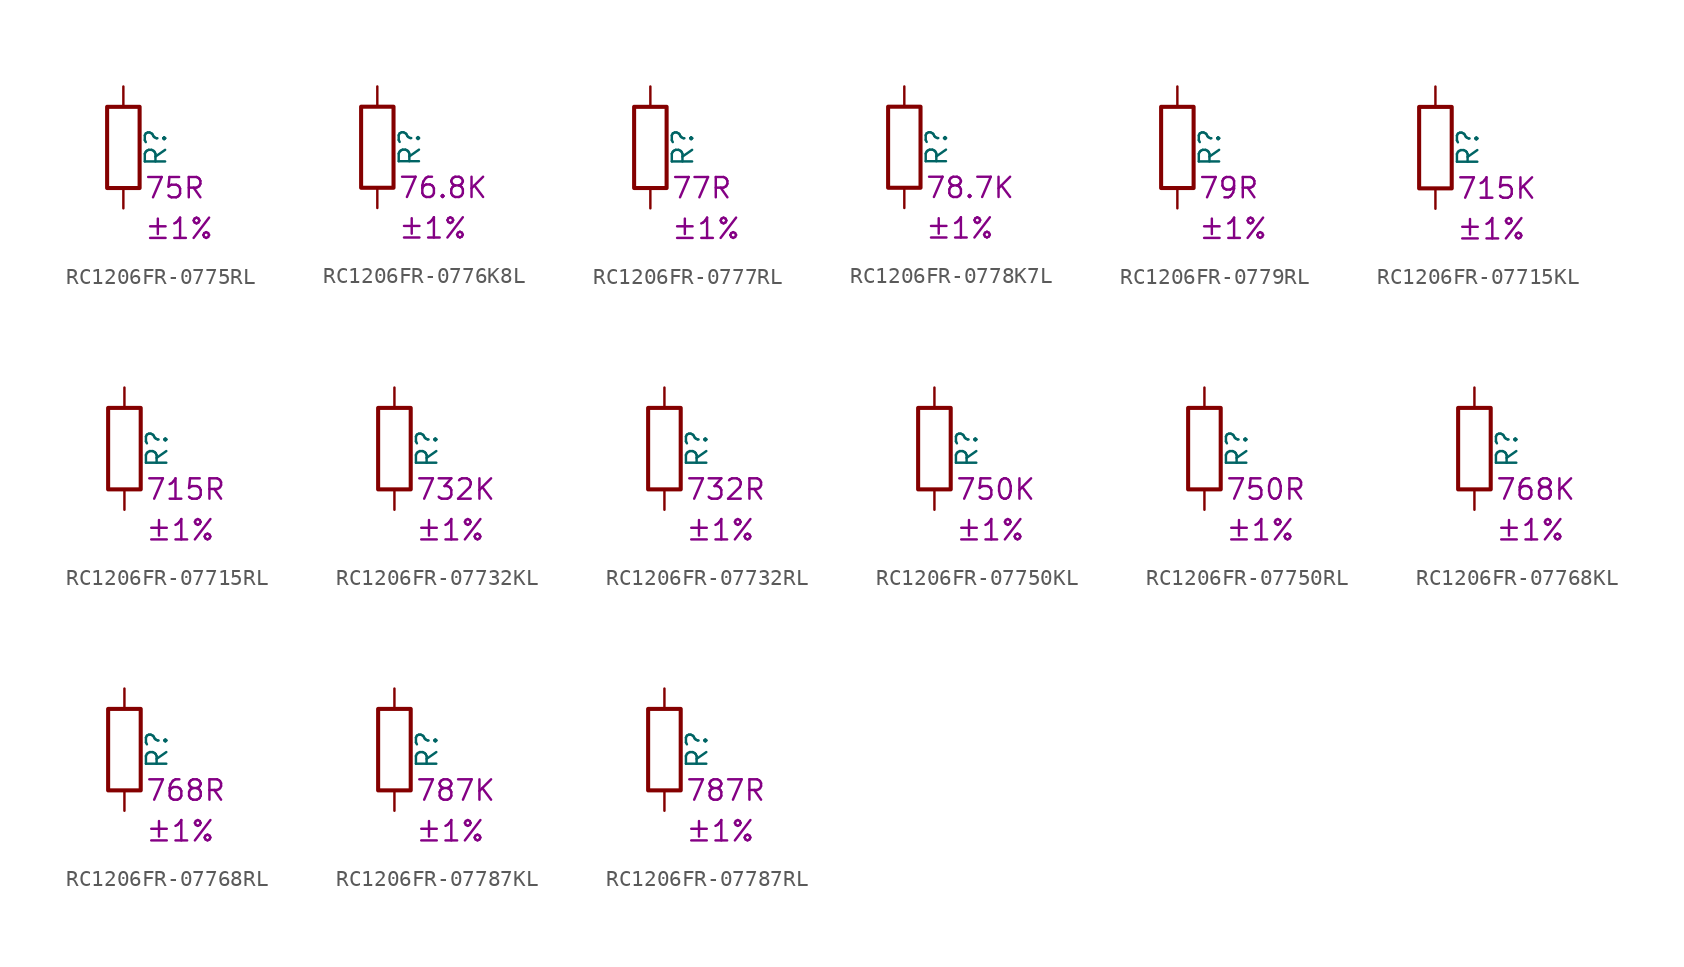
<source format=kicad_sym>
(kicad_symbol_lib
  (version 20220914)
  (generator kicad_symbol_editor)
  (symbol "RC1206FR-0775RL"
    (pin_numbers hide)
    (pin_names
      (offset 0))
    (property "Reference" "R"
      (at 2.032 0 90)
      (effects (font (size 1.27 1.27))))
    (property "Resistance" "75R"
      (at 1.27 -2.54 0)
      (effects (font (size 1.27 1.27)) (justify left)))
    (property "Tolerance" "±1%"
      (at 1.27 -5.08 0)
      (effects (font (size 1.27 1.27)) (justify left)))
    (symbol "RC1206FR-0775RL_0_1"
      (rectangle (start -1.016 -2.54) (end 1.016 2.54) (stroke (width 0.254) (type default)) (fill (type none))))
    (symbol "RC1206FR-0775RL_1_1"
      (pin passive line (at 0 3.81 270) (length 1.27) (name "~" (effects (font (size 1.27 1.27)))) (number "1" (effects (font (size 1.27 1.27)))))
      (pin passive line (at 0 -3.81 90) (length 1.27) (name "~" (effects (font (size 1.27 1.27)))) (number "2" (effects (font (size 1.27 1.27)))))))
  (symbol "RC1206FR-0776K8L"
    (pin_numbers hide)
    (pin_names
      (offset 0))
    (property "Reference" "R"
      (at 2.032 0 90)
      (effects (font (size 1.27 1.27))))
    (property "Resistance" "76.8K"
      (at 1.27 -2.54 0)
      (effects (font (size 1.27 1.27)) (justify left)))
    (property "Tolerance" "±1%"
      (at 1.27 -5.08 0)
      (effects (font (size 1.27 1.27)) (justify left)))
    (symbol "RC1206FR-0776K8L_0_1"
      (rectangle (start -1.016 -2.54) (end 1.016 2.54) (stroke (width 0.254) (type default)) (fill (type none))))
    (symbol "RC1206FR-0776K8L_1_1"
      (pin passive line (at 0 3.81 270) (length 1.27) (name "~" (effects (font (size 1.27 1.27)))) (number "1" (effects (font (size 1.27 1.27)))))
      (pin passive line (at 0 -3.81 90) (length 1.27) (name "~" (effects (font (size 1.27 1.27)))) (number "2" (effects (font (size 1.27 1.27)))))))
  (symbol "RC1206FR-0777RL"
    (pin_numbers hide)
    (pin_names
      (offset 0))
    (property "Reference" "R"
      (at 2.032 0 90)
      (effects (font (size 1.27 1.27))))
    (property "Resistance" "77R"
      (at 1.27 -2.54 0)
      (effects (font (size 1.27 1.27)) (justify left)))
    (property "Tolerance" "±1%"
      (at 1.27 -5.08 0)
      (effects (font (size 1.27 1.27)) (justify left)))
    (symbol "RC1206FR-0777RL_0_1"
      (rectangle (start -1.016 -2.54) (end 1.016 2.54) (stroke (width 0.254) (type default)) (fill (type none))))
    (symbol "RC1206FR-0777RL_1_1"
      (pin passive line (at 0 3.81 270) (length 1.27) (name "~" (effects (font (size 1.27 1.27)))) (number "1" (effects (font (size 1.27 1.27)))))
      (pin passive line (at 0 -3.81 90) (length 1.27) (name "~" (effects (font (size 1.27 1.27)))) (number "2" (effects (font (size 1.27 1.27)))))))
  (symbol "RC1206FR-0778K7L"
    (pin_numbers hide)
    (pin_names
      (offset 0))
    (property "Reference" "R"
      (at 2.032 0 90)
      (effects (font (size 1.27 1.27))))
    (property "Resistance" "78.7K"
      (at 1.27 -2.54 0)
      (effects (font (size 1.27 1.27)) (justify left)))
    (property "Tolerance" "±1%"
      (at 1.27 -5.08 0)
      (effects (font (size 1.27 1.27)) (justify left)))
    (symbol "RC1206FR-0778K7L_0_1"
      (rectangle (start -1.016 -2.54) (end 1.016 2.54) (stroke (width 0.254) (type default)) (fill (type none))))
    (symbol "RC1206FR-0778K7L_1_1"
      (pin passive line (at 0 3.81 270) (length 1.27) (name "~" (effects (font (size 1.27 1.27)))) (number "1" (effects (font (size 1.27 1.27)))))
      (pin passive line (at 0 -3.81 90) (length 1.27) (name "~" (effects (font (size 1.27 1.27)))) (number "2" (effects (font (size 1.27 1.27)))))))
  (symbol "RC1206FR-0779RL"
    (pin_numbers hide)
    (pin_names
      (offset 0))
    (property "Reference" "R"
      (at 2.032 0 90)
      (effects (font (size 1.27 1.27))))
    (property "Resistance" "79R"
      (at 1.27 -2.54 0)
      (effects (font (size 1.27 1.27)) (justify left)))
    (property "Tolerance" "±1%"
      (at 1.27 -5.08 0)
      (effects (font (size 1.27 1.27)) (justify left)))
    (symbol "RC1206FR-0779RL_0_1"
      (rectangle (start -1.016 -2.54) (end 1.016 2.54) (stroke (width 0.254) (type default)) (fill (type none))))
    (symbol "RC1206FR-0779RL_1_1"
      (pin passive line (at 0 3.81 270) (length 1.27) (name "~" (effects (font (size 1.27 1.27)))) (number "1" (effects (font (size 1.27 1.27)))))
      (pin passive line (at 0 -3.81 90) (length 1.27) (name "~" (effects (font (size 1.27 1.27)))) (number "2" (effects (font (size 1.27 1.27)))))))
  (symbol "RC1206FR-07715KL"
    (pin_numbers hide)
    (pin_names
      (offset 0))
    (property "Reference" "R"
      (at 2.032 0 90)
      (effects (font (size 1.27 1.27))))
    (property "Resistance" "715K"
      (at 1.27 -2.54 0)
      (effects (font (size 1.27 1.27)) (justify left)))
    (property "Tolerance" "±1%"
      (at 1.27 -5.08 0)
      (effects (font (size 1.27 1.27)) (justify left)))
    (symbol "RC1206FR-07715KL_0_1"
      (rectangle (start -1.016 -2.54) (end 1.016 2.54) (stroke (width 0.254) (type default)) (fill (type none))))
    (symbol "RC1206FR-07715KL_1_1"
      (pin passive line (at 0 3.81 270) (length 1.27) (name "~" (effects (font (size 1.27 1.27)))) (number "1" (effects (font (size 1.27 1.27)))))
      (pin passive line (at 0 -3.81 90) (length 1.27) (name "~" (effects (font (size 1.27 1.27)))) (number "2" (effects (font (size 1.27 1.27)))))))
  (symbol "RC1206FR-07715RL"
    (pin_numbers hide)
    (pin_names
      (offset 0))
    (property "Reference" "R"
      (at 2.032 0 90)
      (effects (font (size 1.27 1.27))))
    (property "Resistance" "715R"
      (at 1.27 -2.54 0)
      (effects (font (size 1.27 1.27)) (justify left)))
    (property "Tolerance" "±1%"
      (at 1.27 -5.08 0)
      (effects (font (size 1.27 1.27)) (justify left)))
    (symbol "RC1206FR-07715RL_0_1"
      (rectangle (start -1.016 -2.54) (end 1.016 2.54) (stroke (width 0.254) (type default)) (fill (type none))))
    (symbol "RC1206FR-07715RL_1_1"
      (pin passive line (at 0 3.81 270) (length 1.27) (name "~" (effects (font (size 1.27 1.27)))) (number "1" (effects (font (size 1.27 1.27)))))
      (pin passive line (at 0 -3.81 90) (length 1.27) (name "~" (effects (font (size 1.27 1.27)))) (number "2" (effects (font (size 1.27 1.27)))))))
  (symbol "RC1206FR-07732KL"
    (pin_numbers hide)
    (pin_names
      (offset 0))
    (property "Reference" "R"
      (at 2.032 0 90)
      (effects (font (size 1.27 1.27))))
    (property "Resistance" "732K"
      (at 1.27 -2.54 0)
      (effects (font (size 1.27 1.27)) (justify left)))
    (property "Tolerance" "±1%"
      (at 1.27 -5.08 0)
      (effects (font (size 1.27 1.27)) (justify left)))
    (symbol "RC1206FR-07732KL_0_1"
      (rectangle (start -1.016 -2.54) (end 1.016 2.54) (stroke (width 0.254) (type default)) (fill (type none))))
    (symbol "RC1206FR-07732KL_1_1"
      (pin passive line (at 0 3.81 270) (length 1.27) (name "~" (effects (font (size 1.27 1.27)))) (number "1" (effects (font (size 1.27 1.27)))))
      (pin passive line (at 0 -3.81 90) (length 1.27) (name "~" (effects (font (size 1.27 1.27)))) (number "2" (effects (font (size 1.27 1.27)))))))
  (symbol "RC1206FR-07732RL"
    (pin_numbers hide)
    (pin_names
      (offset 0))
    (property "Reference" "R"
      (at 2.032 0 90)
      (effects (font (size 1.27 1.27))))
    (property "Resistance" "732R"
      (at 1.27 -2.54 0)
      (effects (font (size 1.27 1.27)) (justify left)))
    (property "Tolerance" "±1%"
      (at 1.27 -5.08 0)
      (effects (font (size 1.27 1.27)) (justify left)))
    (symbol "RC1206FR-07732RL_0_1"
      (rectangle (start -1.016 -2.54) (end 1.016 2.54) (stroke (width 0.254) (type default)) (fill (type none))))
    (symbol "RC1206FR-07732RL_1_1"
      (pin passive line (at 0 3.81 270) (length 1.27) (name "~" (effects (font (size 1.27 1.27)))) (number "1" (effects (font (size 1.27 1.27)))))
      (pin passive line (at 0 -3.81 90) (length 1.27) (name "~" (effects (font (size 1.27 1.27)))) (number "2" (effects (font (size 1.27 1.27)))))))
  (symbol "RC1206FR-07750KL"
    (pin_numbers hide)
    (pin_names
      (offset 0))
    (property "Reference" "R"
      (at 2.032 0 90)
      (effects (font (size 1.27 1.27))))
    (property "Resistance" "750K"
      (at 1.27 -2.54 0)
      (effects (font (size 1.27 1.27)) (justify left)))
    (property "Tolerance" "±1%"
      (at 1.27 -5.08 0)
      (effects (font (size 1.27 1.27)) (justify left)))
    (symbol "RC1206FR-07750KL_0_1"
      (rectangle (start -1.016 -2.54) (end 1.016 2.54) (stroke (width 0.254) (type default)) (fill (type none))))
    (symbol "RC1206FR-07750KL_1_1"
      (pin passive line (at 0 3.81 270) (length 1.27) (name "~" (effects (font (size 1.27 1.27)))) (number "1" (effects (font (size 1.27 1.27)))))
      (pin passive line (at 0 -3.81 90) (length 1.27) (name "~" (effects (font (size 1.27 1.27)))) (number "2" (effects (font (size 1.27 1.27)))))))
  (symbol "RC1206FR-07750RL"
    (pin_numbers hide)
    (pin_names
      (offset 0))
    (property "Reference" "R"
      (at 2.032 0 90)
      (effects (font (size 1.27 1.27))))
    (property "Resistance" "750R"
      (at 1.27 -2.54 0)
      (effects (font (size 1.27 1.27)) (justify left)))
    (property "Tolerance" "±1%"
      (at 1.27 -5.08 0)
      (effects (font (size 1.27 1.27)) (justify left)))
    (symbol "RC1206FR-07750RL_0_1"
      (rectangle (start -1.016 -2.54) (end 1.016 2.54) (stroke (width 0.254) (type default)) (fill (type none))))
    (symbol "RC1206FR-07750RL_1_1"
      (pin passive line (at 0 3.81 270) (length 1.27) (name "~" (effects (font (size 1.27 1.27)))) (number "1" (effects (font (size 1.27 1.27)))))
      (pin passive line (at 0 -3.81 90) (length 1.27) (name "~" (effects (font (size 1.27 1.27)))) (number "2" (effects (font (size 1.27 1.27)))))))
  (symbol "RC1206FR-07768KL"
    (pin_numbers hide)
    (pin_names
      (offset 0))
    (property "Reference" "R"
      (at 2.032 0 90)
      (effects (font (size 1.27 1.27))))
    (property "Resistance" "768K"
      (at 1.27 -2.54 0)
      (effects (font (size 1.27 1.27)) (justify left)))
    (property "Tolerance" "±1%"
      (at 1.27 -5.08 0)
      (effects (font (size 1.27 1.27)) (justify left)))
    (symbol "RC1206FR-07768KL_0_1"
      (rectangle (start -1.016 -2.54) (end 1.016 2.54) (stroke (width 0.254) (type default)) (fill (type none))))
    (symbol "RC1206FR-07768KL_1_1"
      (pin passive line (at 0 3.81 270) (length 1.27) (name "~" (effects (font (size 1.27 1.27)))) (number "1" (effects (font (size 1.27 1.27)))))
      (pin passive line (at 0 -3.81 90) (length 1.27) (name "~" (effects (font (size 1.27 1.27)))) (number "2" (effects (font (size 1.27 1.27)))))))
  (symbol "RC1206FR-07768RL"
    (pin_numbers hide)
    (pin_names
      (offset 0))
    (property "Reference" "R"
      (at 2.032 0 90)
      (effects (font (size 1.27 1.27))))
    (property "Resistance" "768R"
      (at 1.27 -2.54 0)
      (effects (font (size 1.27 1.27)) (justify left)))
    (property "Tolerance" "±1%"
      (at 1.27 -5.08 0)
      (effects (font (size 1.27 1.27)) (justify left)))
    (symbol "RC1206FR-07768RL_0_1"
      (rectangle (start -1.016 -2.54) (end 1.016 2.54) (stroke (width 0.254) (type default)) (fill (type none))))
    (symbol "RC1206FR-07768RL_1_1"
      (pin passive line (at 0 3.81 270) (length 1.27) (name "~" (effects (font (size 1.27 1.27)))) (number "1" (effects (font (size 1.27 1.27)))))
      (pin passive line (at 0 -3.81 90) (length 1.27) (name "~" (effects (font (size 1.27 1.27)))) (number "2" (effects (font (size 1.27 1.27)))))))
  (symbol "RC1206FR-07787KL"
    (pin_numbers hide)
    (pin_names
      (offset 0))
    (property "Reference" "R"
      (at 2.032 0 90)
      (effects (font (size 1.27 1.27))))
    (property "Resistance" "787K"
      (at 1.27 -2.54 0)
      (effects (font (size 1.27 1.27)) (justify left)))
    (property "Tolerance" "±1%"
      (at 1.27 -5.08 0)
      (effects (font (size 1.27 1.27)) (justify left)))
    (symbol "RC1206FR-07787KL_0_1"
      (rectangle (start -1.016 -2.54) (end 1.016 2.54) (stroke (width 0.254) (type default)) (fill (type none))))
    (symbol "RC1206FR-07787KL_1_1"
      (pin passive line (at 0 3.81 270) (length 1.27) (name "~" (effects (font (size 1.27 1.27)))) (number "1" (effects (font (size 1.27 1.27)))))
      (pin passive line (at 0 -3.81 90) (length 1.27) (name "~" (effects (font (size 1.27 1.27)))) (number "2" (effects (font (size 1.27 1.27)))))))
  (symbol "RC1206FR-07787RL"
    (pin_numbers hide)
    (pin_names
      (offset 0))
    (property "Reference" "R"
      (at 2.032 0 90)
      (effects (font (size 1.27 1.27))))
    (property "Resistance" "787R"
      (at 1.27 -2.54 0)
      (effects (font (size 1.27 1.27)) (justify left)))
    (property "Tolerance" "±1%"
      (at 1.27 -5.08 0)
      (effects (font (size 1.27 1.27)) (justify left)))
    (symbol "RC1206FR-07787RL_0_1"
      (rectangle (start -1.016 -2.54) (end 1.016 2.54) (stroke (width 0.254) (type default)) (fill (type none))))
    (symbol "RC1206FR-07787RL_1_1"
      (pin passive line (at 0 3.81 270) (length 1.27) (name "~" (effects (font (size 1.27 1.27)))) (number "1" (effects (font (size 1.27 1.27)))))
      (pin passive line (at 0 -3.81 90) (length 1.27) (name "~" (effects (font (size 1.27 1.27)))) (number "2" (effects (font (size 1.27 1.27))))))))
</source>
